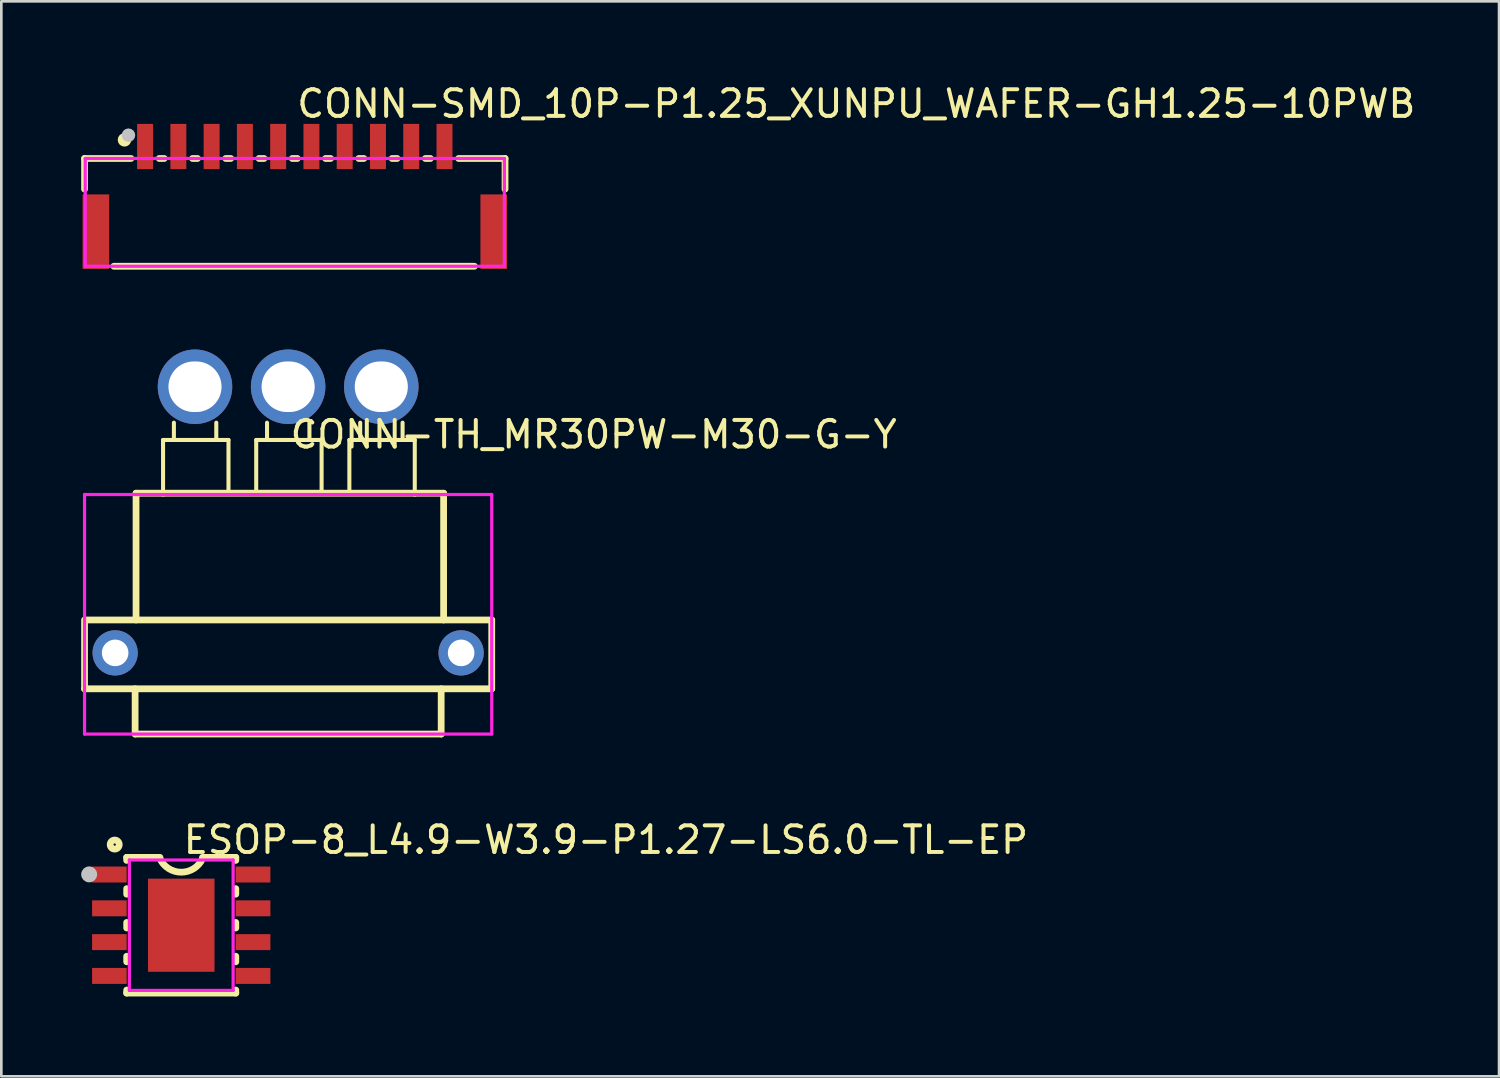
<source format=kicad_pcb>
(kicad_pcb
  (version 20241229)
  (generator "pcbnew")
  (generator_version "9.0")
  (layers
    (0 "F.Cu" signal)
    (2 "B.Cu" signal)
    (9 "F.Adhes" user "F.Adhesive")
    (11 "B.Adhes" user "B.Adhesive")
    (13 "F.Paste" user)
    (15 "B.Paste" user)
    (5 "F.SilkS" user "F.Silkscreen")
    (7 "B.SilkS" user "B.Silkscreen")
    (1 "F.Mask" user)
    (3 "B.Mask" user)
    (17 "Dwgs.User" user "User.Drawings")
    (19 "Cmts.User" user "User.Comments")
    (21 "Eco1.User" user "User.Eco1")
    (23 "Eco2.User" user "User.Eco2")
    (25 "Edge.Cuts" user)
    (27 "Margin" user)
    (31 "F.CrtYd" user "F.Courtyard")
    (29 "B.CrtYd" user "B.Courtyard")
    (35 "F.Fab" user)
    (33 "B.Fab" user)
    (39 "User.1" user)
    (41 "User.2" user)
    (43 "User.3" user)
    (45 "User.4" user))
  (footprint "CONN-SMD_10P-P1.25_XUNPU_WAFER-GH1.25-10PWB"
    (layer "F.Cu")
    (at 8.027 4.055)
    (property "Reference" "CONN-SMD_10P-P1.25_XUNPU_WAFER-GH1.25-10PWB" (at 0 -3.207 0) (layer "F.SilkS") (effects (font (size 1 1) (thickness 0.15)) (justify left)))
    (attr through_hole)
    (fp_line (start -7.9 -1.15) (end -7.9 0) (stroke (width 0.254) (type solid)) (layer "F.SilkS"))
    (fp_line (start -7.9 -1.15) (end -6.156 -1.15) (stroke (width 0.254) (type solid)) (layer "F.SilkS"))
    (fp_line (start -6.8 2.9) (end 6.75 2.9) (stroke (width 0.254) (type solid)) (layer "F.SilkS"))
    (fp_line (start -5.094 -1.15) (end -4.906 -1.15) (stroke (width 0.254) (type solid)) (layer "F.SilkS"))
    (fp_line (start -3.844 -1.15) (end -3.656 -1.15) (stroke (width 0.254) (type solid)) (layer "F.SilkS"))
    (fp_line (start -2.594 -1.15) (end -2.406 -1.15) (stroke (width 0.254) (type solid)) (layer "F.SilkS"))
    (fp_line (start -1.344 -1.15) (end -1.156 -1.15) (stroke (width 0.254) (type solid)) (layer "F.SilkS"))
    (fp_line (start -0.094 -1.15) (end 0.094 -1.15) (stroke (width 0.254) (type solid)) (layer "F.SilkS"))
    (fp_line (start 1.156 -1.15) (end 1.344 -1.15) (stroke (width 0.254) (type solid)) (layer "F.SilkS"))
    (fp_line (start 2.406 -1.15) (end 2.594 -1.15) (stroke (width 0.254) (type solid)) (layer "F.SilkS"))
    (fp_line (start 3.656 -1.15) (end 3.844 -1.15) (stroke (width 0.254) (type solid)) (layer "F.SilkS"))
    (fp_line (start 4.906 -1.15) (end 5.094 -1.15) (stroke (width 0.254) (type solid)) (layer "F.SilkS"))
    (fp_line (start 6.156 -1.15) (end 7.9 -1.15) (stroke (width 0.254) (type solid)) (layer "F.SilkS"))
    (fp_line (start 7.9 -1.15) (end 7.9 0) (stroke (width 0.254) (type solid)) (layer "F.SilkS"))
    (fp_circle (center -6.4 -1.85) (end -6.273 -1.85) (stroke (width 0.254) (type solid)) (fill no) (layer "F.SilkS"))
    (fp_circle (center -6.25 -2.025) (end -6.123 -2.025) (stroke (width 0.254) (type solid)) (fill no) (layer "Dwgs.User"))
    (fp_circle (center -7.875 -2.1) (end -7.845 -2.1) (stroke (width 0.06) (type solid)) (fill no) (layer "Eco2.User"))
    (fp_poly (pts (xy -7.575 0.45) (xy -7.375 0.45) (xy -7.375 2.75) (xy -7.575 2.75)) (stroke (width 0.12) (type solid)) (fill no) (layer "Eco2.User"))
    (fp_poly (pts (xy -5.725 -2.1) (xy -5.525 -2.1) (xy -5.525 -1.1) (xy -5.725 -1.1)) (stroke (width 0.12) (type solid)) (fill no) (layer "Eco2.User"))
    (fp_poly (pts (xy -4.475 -2.1) (xy -4.275 -2.1) (xy -4.275 -1.1) (xy -4.475 -1.1)) (stroke (width 0.12) (type solid)) (fill no) (layer "Eco2.User"))
    (fp_poly (pts (xy -3.225 -2.1) (xy -3.025 -2.1) (xy -3.025 -1.1) (xy -3.225 -1.1)) (stroke (width 0.12) (type solid)) (fill no) (layer "Eco2.User"))
    (fp_poly (pts (xy -1.975 -2.1) (xy -1.775 -2.1) (xy -1.775 -1.1) (xy -1.975 -1.1)) (stroke (width 0.12) (type solid)) (fill no) (layer "Eco2.User"))
    (fp_poly (pts (xy -0.725 -2.1) (xy -0.525 -2.1) (xy -0.525 -1.1) (xy -0.725 -1.1)) (stroke (width 0.12) (type solid)) (fill no) (layer "Eco2.User"))
    (fp_poly (pts (xy 0.525 -2.1) (xy 0.725 -2.1) (xy 0.725 -1.1) (xy 0.525 -1.1)) (stroke (width 0.12) (type solid)) (fill no) (layer "Eco2.User"))
    (fp_poly (pts (xy 1.775 -2.1) (xy 1.975 -2.1) (xy 1.975 -1.1) (xy 1.775 -1.1)) (stroke (width 0.12) (type solid)) (fill no) (layer "Eco2.User"))
    (fp_poly (pts (xy 3.025 -2.1) (xy 3.225 -2.1) (xy 3.225 -1.1) (xy 3.025 -1.1)) (stroke (width 0.12) (type solid)) (fill no) (layer "Eco2.User"))
    (fp_poly (pts (xy 4.275 -2.1) (xy 4.475 -2.1) (xy 4.475 -1.1) (xy 4.275 -1.1)) (stroke (width 0.12) (type solid)) (fill no) (layer "Eco2.User"))
    (fp_poly (pts (xy 5.525 -2.1) (xy 5.725 -2.1) (xy 5.725 -1.1) (xy 5.525 -1.1)) (stroke (width 0.12) (type solid)) (fill no) (layer "Eco2.User"))
    (fp_poly (pts (xy 7.375 0.45) (xy 7.575 0.45) (xy 7.575 2.75) (xy 7.375 2.75)) (stroke (width 0.12) (type solid)) (fill no) (layer "Eco2.User"))
    (fp_line (start -7.875 -1.15) (end 7.875 -1.15) (stroke (width 0.12) (type solid)) (layer "F.CrtYd"))
    (fp_line (start -7.875 2.9) (end -7.875 -1.15) (stroke (width 0.12) (type solid)) (layer "F.CrtYd"))
    (fp_line (start 7.875 -1.15) (end 7.875 2.9) (stroke (width 0.12) (type solid)) (layer "F.CrtYd"))
    (fp_line (start 7.875 2.9) (end -7.875 2.9) (stroke (width 0.12) (type solid)) (layer "F.CrtYd"))
    (pad "1" smd rect (at -5.625 -1.6) (size 0.6 1.7) (layers "F.Cu" "F.Mask" "F.Paste"))
    (pad "2" smd rect (at -4.375 -1.6) (size 0.6 1.7) (layers "F.Cu" "F.Mask" "F.Paste"))
    (pad "3" smd rect (at -3.125 -1.6) (size 0.6 1.7) (layers "F.Cu" "F.Mask" "F.Paste"))
    (pad "4" smd rect (at -1.875 -1.6) (size 0.6 1.7) (layers "F.Cu" "F.Mask" "F.Paste"))
    (pad "5" smd rect (at -0.625 -1.6) (size 0.6 1.7) (layers "F.Cu" "F.Mask" "F.Paste"))
    (pad "6" smd rect (at 0.625 -1.6) (size 0.6 1.7) (layers "F.Cu" "F.Mask" "F.Paste"))
    (pad "7" smd rect (at 1.875 -1.6) (size 0.6 1.7) (layers "F.Cu" "F.Mask" "F.Paste"))
    (pad "8" smd rect (at 3.125 -1.6) (size 0.6 1.7) (layers "F.Cu" "F.Mask" "F.Paste"))
    (pad "9" smd rect (at 4.375 -1.6) (size 0.6 1.7) (layers "F.Cu" "F.Mask" "F.Paste"))
    (pad "10" smd rect (at 5.625 -1.6) (size 0.6 1.7) (layers "F.Cu" "F.Mask" "F.Paste"))
    (pad "11" smd rect (at 7.475 1.6) (size 1 2.8) (layers "F.Cu" "F.Mask" "F.Paste"))
    (pad "12" smd rect (at -7.475 1.6) (size 1 2.8) (layers "F.Cu" "F.Mask" "F.Paste")))
  (footprint "ESOP-8_L4.9-W3.9-P1.27-LS6.0-TL-EP"
    (layer "F.Cu")
    (at 3.76 31.715)
    (property "Reference" "ESOP-8_L4.9-W3.9-P1.27-LS6.0-TL-EP" (at 0 -3.207 0) (layer "F.SilkS") (effects (font (size 1 1) (thickness 0.15)) (justify left)))
    (attr through_hole)
    (fp_line (start -2.05 -2.55) (end -2.05 -2.436) (stroke (width 0.254) (type solid)) (layer "F.SilkS"))
    (fp_line (start -2.05 -1.374) (end -2.05 -1.166) (stroke (width 0.254) (type solid)) (layer "F.SilkS"))
    (fp_line (start -2.05 -0.104) (end -2.05 0.104) (stroke (width 0.254) (type solid)) (layer "F.SilkS"))
    (fp_line (start -2.05 1.166) (end -2.05 1.374) (stroke (width 0.254) (type solid)) (layer "F.SilkS"))
    (fp_line (start -2.05 2.436) (end -2.05 2.55) (stroke (width 0.254) (type solid)) (layer "F.SilkS"))
    (fp_line (start -0.8 -2.55) (end -2.05 -2.55) (stroke (width 0.254) (type solid)) (layer "F.SilkS"))
    (fp_line (start 0.8 -2.55) (end 2.05 -2.55) (stroke (width 0.254) (type solid)) (layer "F.SilkS"))
    (fp_line (start 2.05 -2.55) (end 2.05 -2.436) (stroke (width 0.254) (type solid)) (layer "F.SilkS"))
    (fp_line (start 2.05 -1.374) (end 2.05 -1.166) (stroke (width 0.254) (type solid)) (layer "F.SilkS"))
    (fp_line (start 2.05 -0.104) (end 2.05 0.104) (stroke (width 0.254) (type solid)) (layer "F.SilkS"))
    (fp_line (start 2.05 1.166) (end 2.05 1.374) (stroke (width 0.254) (type solid)) (layer "F.SilkS"))
    (fp_line (start 2.05 2.436) (end 2.05 2.55) (stroke (width 0.254) (type solid)) (layer "F.SilkS"))
    (fp_line (start 2.05 2.55) (end -2.05 2.55) (stroke (width 0.254) (type solid)) (layer "F.SilkS"))
    (fp_arc (start 0.799815 -2.499607) (mid -0.000217 -1.991471) (end -0.8 -2.5) (stroke (width 0.254) (type solid)) (layer "F.SilkS"))
    (fp_circle (center -2.5 -3.03) (end -2.33 -3.03) (stroke (width 0.254) (type solid)) (fill no) (layer "F.SilkS"))
    (fp_circle (center -3.46 -1.91) (end -3.31 -1.91) (stroke (width 0.3) (type solid)) (fill no) (layer "Dwgs.User"))
    (fp_line (start -2.175 -2.115) (end -1.94 -2.115) (stroke (width 0.12) (type solid)) (layer "Eco2.User"))
    (fp_line (start -2.175 -1.695) (end -2.175 -2.115) (stroke (width 0.12) (type solid)) (layer "Eco2.User"))
    (fp_line (start -2.175 -0.845) (end -1.94 -0.845) (stroke (width 0.12) (type solid)) (layer "Eco2.User"))
    (fp_line (start -2.175 -0.425) (end -2.175 -0.845) (stroke (width 0.12) (type solid)) (layer "Eco2.User"))
    (fp_line (start -2.175 0.425) (end -1.94 0.425) (stroke (width 0.12) (type solid)) (layer "Eco2.User"))
    (fp_line (start -2.175 0.845) (end -2.175 0.425) (stroke (width 0.12) (type solid)) (layer "Eco2.User"))
    (fp_line (start -2.175 1.695) (end -1.94 1.695) (stroke (width 0.12) (type solid)) (layer "Eco2.User"))
    (fp_line (start -2.175 2.115) (end -2.175 1.695) (stroke (width 0.12) (type solid)) (layer "Eco2.User"))
    (fp_line (start -1.94 -2.115) (end -1.94 -1.695) (stroke (width 0.12) (type solid)) (layer "Eco2.User"))
    (fp_line (start -1.94 -1.695) (end -2.175 -1.695) (stroke (width 0.12) (type solid)) (layer "Eco2.User"))
    (fp_line (start -1.94 -0.845) (end -1.94 -0.425) (stroke (width 0.12) (type solid)) (layer "Eco2.User"))
    (fp_line (start -1.94 -0.425) (end -2.175 -0.425) (stroke (width 0.12) (type solid)) (layer "Eco2.User"))
    (fp_line (start -1.94 0.425) (end -1.94 0.845) (stroke (width 0.12) (type solid)) (layer "Eco2.User"))
    (fp_line (start -1.94 0.845) (end -2.175 0.845) (stroke (width 0.12) (type solid)) (layer "Eco2.User"))
    (fp_line (start -1.94 1.695) (end -1.94 2.115) (stroke (width 0.12) (type solid)) (layer "Eco2.User"))
    (fp_line (start -1.94 2.115) (end -2.175 2.115) (stroke (width 0.12) (type solid)) (layer "Eco2.User"))
    (fp_line (start 1.94 -2.115) (end 2.175 -2.115) (stroke (width 0.12) (type solid)) (layer "Eco2.User"))
    (fp_line (start 1.94 -1.695) (end 1.94 -2.115) (stroke (width 0.12) (type solid)) (layer "Eco2.User"))
    (fp_line (start 1.94 -0.845) (end 2.175 -0.845) (stroke (width 0.12) (type solid)) (layer "Eco2.User"))
    (fp_line (start 1.94 -0.425) (end 1.94 -0.845) (stroke (width 0.12) (type solid)) (layer "Eco2.User"))
    (fp_line (start 1.94 0.425) (end 2.175 0.425) (stroke (width 0.12) (type solid)) (layer "Eco2.User"))
    (fp_line (start 1.94 0.845) (end 1.94 0.425) (stroke (width 0.12) (type solid)) (layer "Eco2.User"))
    (fp_line (start 1.94 1.695) (end 2.175 1.695) (stroke (width 0.12) (type solid)) (layer "Eco2.User"))
    (fp_line (start 1.94 2.115) (end 1.94 1.695) (stroke (width 0.12) (type solid)) (layer "Eco2.User"))
    (fp_line (start 2.175 -2.115) (end 2.175 -1.695) (stroke (width 0.12) (type solid)) (layer "Eco2.User"))
    (fp_line (start 2.175 -1.695) (end 1.94 -1.695) (stroke (width 0.12) (type solid)) (layer "Eco2.User"))
    (fp_line (start 2.175 -0.845) (end 2.175 -0.425) (stroke (width 0.12) (type solid)) (layer "Eco2.User"))
    (fp_line (start 2.175 -0.425) (end 1.94 -0.425) (stroke (width 0.12) (type solid)) (layer "Eco2.User"))
    (fp_line (start 2.175 0.425) (end 2.175 0.845) (stroke (width 0.12) (type solid)) (layer "Eco2.User"))
    (fp_line (start 2.175 0.845) (end 1.94 0.845) (stroke (width 0.12) (type solid)) (layer "Eco2.User"))
    (fp_line (start 2.175 1.695) (end 2.175 2.115) (stroke (width 0.12) (type solid)) (layer "Eco2.User"))
    (fp_line (start 2.175 2.115) (end 1.94 2.115) (stroke (width 0.12) (type solid)) (layer "Eco2.User"))
    (fp_circle (center -3 -2.45) (end -2.97 -2.45) (stroke (width 0.06) (type solid)) (fill no) (layer "Eco2.User"))
    (fp_poly (pts (xy -3 -2.115) (xy -2.165 -2.115) (xy -2.165 -1.695) (xy -3 -1.695)) (stroke (width 0.12) (type solid)) (fill no) (layer "Eco2.User"))
    (fp_poly (pts (xy -3 -0.845) (xy -2.165 -0.845) (xy -2.165 -0.425) (xy -3 -0.425)) (stroke (width 0.12) (type solid)) (fill no) (layer "Eco2.User"))
    (fp_poly (pts (xy -3 0.425) (xy -2.165 0.425) (xy -2.165 0.845) (xy -3 0.845)) (stroke (width 0.12) (type solid)) (fill no) (layer "Eco2.User"))
    (fp_poly (pts (xy -3 1.695) (xy -2.165 1.695) (xy -2.165 2.115) (xy -3 2.115)) (stroke (width 0.12) (type solid)) (fill no) (layer "Eco2.User"))
    (fp_poly (pts (xy -1.206 1.65) (xy -1.206 -1.65) (xy 1.207 -1.65) (xy 1.207 1.65)) (stroke (width 0.12) (type solid)) (fill no) (layer "Eco2.User"))
    (fp_poly (pts (xy 2.165 -2.115) (xy 3 -2.115) (xy 3 -1.695) (xy 2.165 -1.695)) (stroke (width 0.12) (type solid)) (fill no) (layer "Eco2.User"))
    (fp_poly (pts (xy 2.165 -0.845) (xy 3 -0.845) (xy 3 -0.425) (xy 2.165 -0.425)) (stroke (width 0.12) (type solid)) (fill no) (layer "Eco2.User"))
    (fp_poly (pts (xy 2.165 0.425) (xy 3 0.425) (xy 3 0.845) (xy 2.165 0.845)) (stroke (width 0.12) (type solid)) (fill no) (layer "Eco2.User"))
    (fp_poly (pts (xy 2.165 1.695) (xy 3 1.695) (xy 3 2.115) (xy 2.165 2.115)) (stroke (width 0.12) (type solid)) (fill no) (layer "Eco2.User"))
    (fp_line (start -1.95 -2.45) (end 1.95 -2.45) (stroke (width 0.12) (type solid)) (layer "F.CrtYd"))
    (fp_line (start -1.95 2.45) (end -1.95 -2.45) (stroke (width 0.12) (type solid)) (layer "F.CrtYd"))
    (fp_line (start 1.95 -2.45) (end 1.95 2.45) (stroke (width 0.12) (type solid)) (layer "F.CrtYd"))
    (fp_line (start 1.95 2.45) (end -1.95 2.45) (stroke (width 0.12) (type solid)) (layer "F.CrtYd"))
    (pad "1" smd rect (at -2.7 -1.905) (size 1.3 0.6) (layers "F.Cu" "F.Mask" "F.Paste"))
    (pad "2" smd rect (at -2.7 -0.635) (size 1.3 0.6) (layers "F.Cu" "F.Mask" "F.Paste"))
    (pad "3" smd rect (at -2.7 0.635) (size 1.3 0.6) (layers "F.Cu" "F.Mask" "F.Paste"))
    (pad "4" smd rect (at -2.7 1.905) (size 1.3 0.6) (layers "F.Cu" "F.Mask" "F.Paste"))
    (pad "5" smd rect (at 2.7 1.905) (size 1.3 0.6) (layers "F.Cu" "F.Mask" "F.Paste"))
    (pad "6" smd rect (at 2.7 0.635) (size 1.3 0.6) (layers "F.Cu" "F.Mask" "F.Paste"))
    (pad "7" smd rect (at 2.7 -0.635) (size 1.3 0.6) (layers "F.Cu" "F.Mask" "F.Paste"))
    (pad "8" smd rect (at 2.7 -1.905) (size 1.3 0.6) (layers "F.Cu" "F.Mask" "F.Paste"))
    (pad "9" smd rect (at 0 0) (size 2.5 3.5) (layers "F.Cu" "F.Mask" "F.Paste")))
  (footprint "CONN-TH_MR30PW-M30-G-Y"
    (layer "F.Cu")
    (at 7.777 16.482)
    (property "Reference" "CONN-TH_MR30PW-M30-G-Y" (at 0 -3.207 0) (layer "F.SilkS") (effects (font (size 1 1) (thickness 0.15)) (justify left)))
    (attr through_hole)
    (fp_line (start -7.65 6.35) (end -7.65 3.763) (stroke (width 0.254) (type solid)) (layer "F.SilkS"))
    (fp_line (start -7.65 6.35) (end 7.65 6.35) (stroke (width 0.254) (type solid)) (layer "F.SilkS"))
    (fp_line (start -5.75 8.05) (end -5.75 6.35) (stroke (width 0.254) (type solid)) (layer "F.SilkS"))
    (fp_line (start -5.75 8.05) (end 5.75 8.05) (stroke (width 0.254) (type solid)) (layer "F.SilkS"))
    (fp_line (start -5.715 -1) (end -5.715 3.763) (stroke (width 0.254) (type solid)) (layer "F.SilkS"))
    (fp_line (start -4.7 -3) (end -2.242 -3) (stroke (width 0.152) (type solid)) (layer "F.SilkS"))
    (fp_line (start -4.7 -1) (end -5.715 -1) (stroke (width 0.254) (type solid)) (layer "F.SilkS"))
    (fp_line (start -4.7 -1) (end -4.7 -3) (stroke (width 0.152) (type solid)) (layer "F.SilkS"))
    (fp_line (start -4.7 -1) (end 4.758 -1) (stroke (width 0.254) (type solid)) (layer "F.SilkS"))
    (fp_line (start -4.293 -3) (end -4.293 -3.65) (stroke (width 0.152) (type solid)) (layer "F.SilkS"))
    (fp_line (start -2.7 -3.65) (end -2.7 -3) (stroke (width 0.152) (type solid)) (layer "F.SilkS"))
    (fp_line (start -2.7 -3) (end -2.675 -3) (stroke (width 0.152) (type solid)) (layer "F.SilkS"))
    (fp_line (start -2.242 -3) (end -2.242 -1) (stroke (width 0.152) (type solid)) (layer "F.SilkS"))
    (fp_line (start -1.2 -3) (end 1.257 -3) (stroke (width 0.152) (type solid)) (layer "F.SilkS"))
    (fp_line (start -1.2 -1) (end -1.2 -3) (stroke (width 0.152) (type solid)) (layer "F.SilkS"))
    (fp_line (start -0.793 -3) (end -0.793 -3.65) (stroke (width 0.152) (type solid)) (layer "F.SilkS"))
    (fp_line (start 0.8 -3.65) (end 0.8 -3) (stroke (width 0.152) (type solid)) (layer "F.SilkS"))
    (fp_line (start 0.8 -3) (end 0.825 -3) (stroke (width 0.152) (type solid)) (layer "F.SilkS"))
    (fp_line (start 1.257 -3) (end 1.257 -1) (stroke (width 0.152) (type solid)) (layer "F.SilkS"))
    (fp_line (start 2.3 -3) (end 4.758 -3) (stroke (width 0.152) (type solid)) (layer "F.SilkS"))
    (fp_line (start 2.3 -1) (end 2.3 -3) (stroke (width 0.152) (type solid)) (layer "F.SilkS"))
    (fp_line (start 2.707 -3) (end 2.707 -3.65) (stroke (width 0.152) (type solid)) (layer "F.SilkS"))
    (fp_line (start 4.3 -3.65) (end 4.3 -3) (stroke (width 0.152) (type solid)) (layer "F.SilkS"))
    (fp_line (start 4.3 -3) (end 4.325 -3) (stroke (width 0.152) (type solid)) (layer "F.SilkS"))
    (fp_line (start 4.758 -3) (end 4.758 -1) (stroke (width 0.152) (type solid)) (layer "F.SilkS"))
    (fp_line (start 4.758 -1) (end 5.842 -1) (stroke (width 0.254) (type solid)) (layer "F.SilkS"))
    (fp_line (start 5.75 8.05) (end 5.75 6.35) (stroke (width 0.254) (type solid)) (layer "F.SilkS"))
    (fp_line (start 5.842 -1) (end 5.842 3.763) (stroke (width 0.254) (type solid)) (layer "F.SilkS"))
    (fp_line (start 7.65 3.763) (end -7.62 3.763) (stroke (width 0.254) (type solid)) (layer "F.SilkS"))
    (fp_line (start 7.65 6.35) (end 7.65 3.763) (stroke (width 0.254) (type solid)) (layer "F.SilkS"))
    (fp_line (start -4.3 -5.8) (end -4.3 -0.9) (stroke (width 0.12) (type solid)) (layer "Eco2.User"))
    (fp_line (start -4.3 -0.9) (end -2.7 -0.9) (stroke (width 0.12) (type solid)) (layer "Eco2.User"))
    (fp_line (start -2.7 -5.8) (end -4.3 -5.8) (stroke (width 0.12) (type solid)) (layer "Eco2.User"))
    (fp_line (start -2.7 -0.9) (end -2.7 -5.8) (stroke (width 0.12) (type solid)) (layer "Eco2.User"))
    (fp_line (start -0.8 -5.8) (end -0.8 -0.9) (stroke (width 0.12) (type solid)) (layer "Eco2.User"))
    (fp_line (start -0.8 -0.9) (end 0.8 -0.9) (stroke (width 0.12) (type solid)) (layer "Eco2.User"))
    (fp_line (start 0.8 -5.8) (end -0.8 -5.8) (stroke (width 0.12) (type solid)) (layer "Eco2.User"))
    (fp_line (start 0.8 -0.9) (end 0.8 -5.8) (stroke (width 0.12) (type solid)) (layer "Eco2.User"))
    (fp_line (start 2.7 -5.8) (end 2.7 -0.9) (stroke (width 0.12) (type solid)) (layer "Eco2.User"))
    (fp_line (start 2.7 -0.9) (end 4.3 -0.9) (stroke (width 0.12) (type solid)) (layer "Eco2.User"))
    (fp_line (start 4.3 -5.8) (end 2.7 -5.8) (stroke (width 0.12) (type solid)) (layer "Eco2.User"))
    (fp_line (start 4.3 -0.9) (end 4.3 -5.8) (stroke (width 0.12) (type solid)) (layer "Eco2.User"))
    (fp_circle (center -7.65 -5.8) (end -7.62 -5.8) (stroke (width 0.06) (type solid)) (fill no) (layer "Eco2.User"))
    (fp_circle (center -6.5 5) (end -6.3 5) (stroke (width 0.4) (type solid)) (fill no) (layer "Eco2.User"))
    (fp_circle (center -3.5 -5) (end -3.1 -5) (stroke (width 0.8) (type solid)) (fill no) (layer "Eco2.User"))
    (fp_circle (center 0 -5) (end 0.4 -5) (stroke (width 0.8) (type solid)) (fill no) (layer "Eco2.User"))
    (fp_circle (center 3.5 -5) (end 3.9 -5) (stroke (width 0.8) (type solid)) (fill no) (layer "Eco2.User"))
    (fp_circle (center 6.5 5) (end 6.7 5) (stroke (width 0.4) (type solid)) (fill no) (layer "Eco2.User"))
    (fp_line (start -7.65 -0.95) (end 7.65 -0.95) (stroke (width 0.12) (type solid)) (layer "F.CrtYd"))
    (fp_line (start -7.65 8.05) (end -7.65 -0.95) (stroke (width 0.12) (type solid)) (layer "F.CrtYd"))
    (fp_line (start 7.65 -0.95) (end 7.65 8.05) (stroke (width 0.12) (type solid)) (layer "F.CrtYd"))
    (fp_line (start 7.65 8.05) (end -7.65 8.05) (stroke (width 0.12) (type solid)) (layer "F.CrtYd"))
    (pad "1" thru_hole circle (at -3.5 -5 180) (size 2.8 2.8) (drill oval 1.995 1.9) (layers "*.Cu" "*.Mask"))
    (pad "2" thru_hole circle (at 0 -5 180) (size 2.8 2.8) (drill oval 1.995 1.9) (layers "*.Cu" "*.Mask"))
    (pad "3" thru_hole circle (at 3.5 -5 180) (size 2.8 2.8) (drill oval 1.995 1.9) (layers "*.Cu" "*.Mask"))
    (pad "4" thru_hole circle (at 6.5 5 180) (size 1.7 1.7) (drill 1) (layers "*.Cu" "*.Mask"))
    (pad "5" thru_hole circle (at -6.5 5 180) (size 1.7 1.7) (drill 1) (layers "*.Cu" "*.Mask")))
  (gr_rect
    (start -3 -3)
    (end 53.277 37.392)
    (stroke (width 0.1) (type default))
    (fill no)
    (layer "Edge.Cuts")))
</source>
